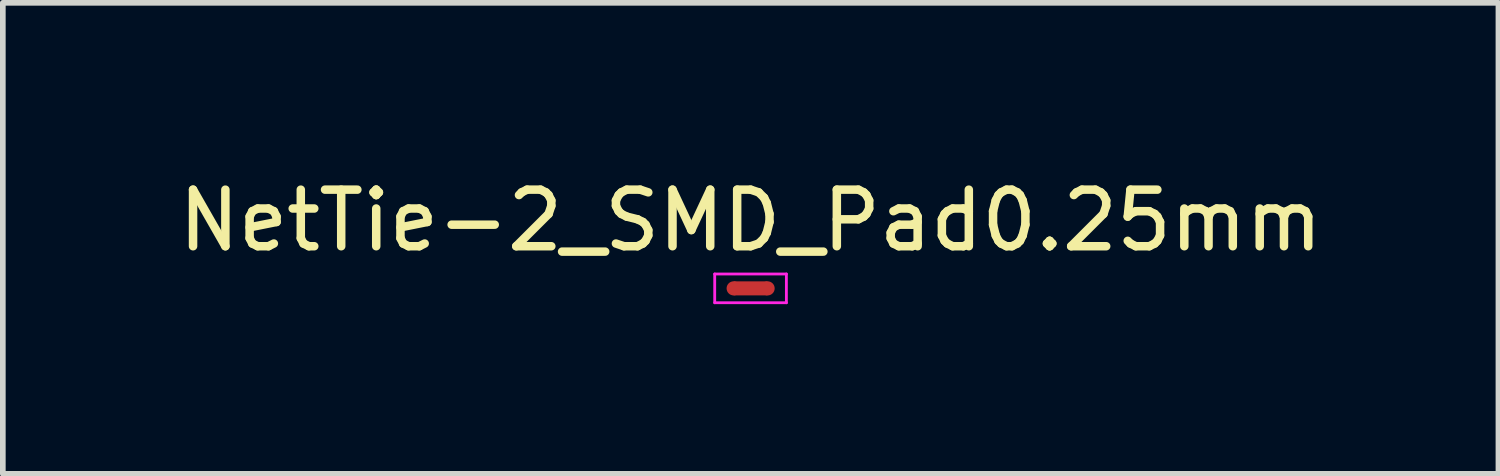
<source format=kicad_pcb>
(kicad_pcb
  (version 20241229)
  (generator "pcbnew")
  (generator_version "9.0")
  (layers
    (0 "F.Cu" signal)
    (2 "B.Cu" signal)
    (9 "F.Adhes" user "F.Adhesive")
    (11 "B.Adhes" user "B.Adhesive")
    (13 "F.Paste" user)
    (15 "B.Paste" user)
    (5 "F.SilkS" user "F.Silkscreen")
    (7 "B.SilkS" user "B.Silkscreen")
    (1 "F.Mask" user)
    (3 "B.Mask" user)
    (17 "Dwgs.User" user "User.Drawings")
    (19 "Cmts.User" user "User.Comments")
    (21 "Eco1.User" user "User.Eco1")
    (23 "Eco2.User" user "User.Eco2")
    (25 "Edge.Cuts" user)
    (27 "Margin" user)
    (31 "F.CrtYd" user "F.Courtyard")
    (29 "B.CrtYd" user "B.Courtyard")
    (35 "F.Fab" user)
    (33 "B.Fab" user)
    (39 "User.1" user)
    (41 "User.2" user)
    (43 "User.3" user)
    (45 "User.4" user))
  (footprint "NetTie-2_SMD_Pad0.25mm"
    (layer "F.Cu")
    (at 10.22 2.048)
    (property "Reference" "NetTie-2_SMD_Pad0.25mm" (at 0 -1.2 0) (layer "F.SilkS") (effects (font (size 1 1) (thickness 0.15))))
    (attr exclude_from_pos_files exclude_from_bom)
    (fp_poly (pts (xy -0.3 -0.124) (xy 0.297 -0.124) (xy 0.297 0.124) (xy -0.3 0.124)) (stroke (width 0) (type solid)) (fill yes) (layer "F.Cu"))
    (fp_line (start -0.635 -0.254) (end -0.635 0.254) (stroke (width 0.05) (type solid)) (layer "F.CrtYd"))
    (fp_line (start -0.635 0.254) (end 0.632 0.254) (stroke (width 0.05) (type solid)) (layer "F.CrtYd"))
    (fp_line (start 0.632 -0.254) (end -0.635 -0.254) (stroke (width 0.05) (type solid)) (layer "F.CrtYd"))
    (fp_line (start 0.632 0.254) (end 0.632 -0.254) (stroke (width 0.05) (type solid)) (layer "F.CrtYd"))
    (pad "1" smd circle (at -0.3 0) (size 0.25 0.25) (layers "F.Cu"))
    (pad "2" smd circle (at 0.3 0) (size 0.25 0.25) (layers "F.Cu")))
  (gr_rect
    (start -3 -3)
    (end 23.44 5.327)
    (stroke (width 0.1) (type default))
    (fill no)
    (layer "Edge.Cuts")))
</source>
